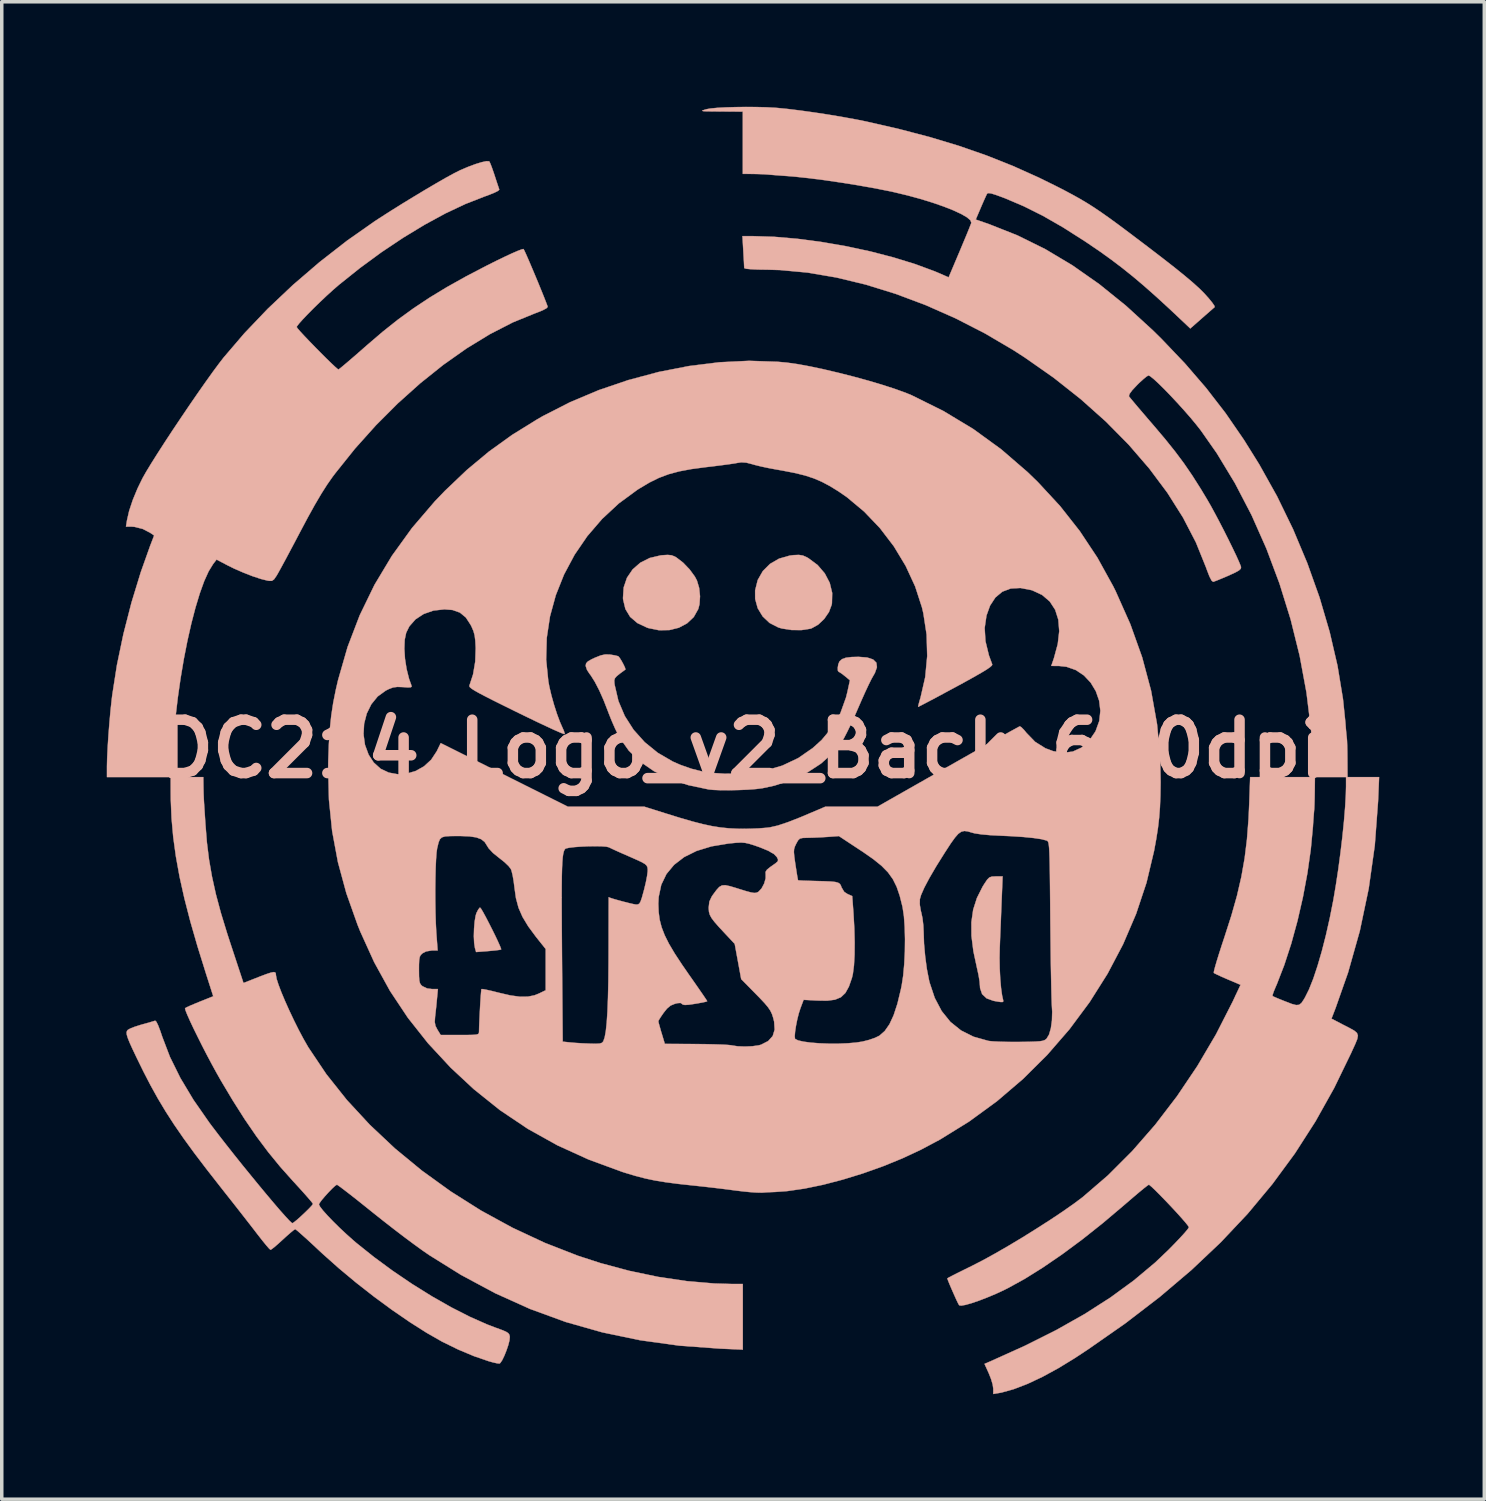
<source format=kicad_pcb>
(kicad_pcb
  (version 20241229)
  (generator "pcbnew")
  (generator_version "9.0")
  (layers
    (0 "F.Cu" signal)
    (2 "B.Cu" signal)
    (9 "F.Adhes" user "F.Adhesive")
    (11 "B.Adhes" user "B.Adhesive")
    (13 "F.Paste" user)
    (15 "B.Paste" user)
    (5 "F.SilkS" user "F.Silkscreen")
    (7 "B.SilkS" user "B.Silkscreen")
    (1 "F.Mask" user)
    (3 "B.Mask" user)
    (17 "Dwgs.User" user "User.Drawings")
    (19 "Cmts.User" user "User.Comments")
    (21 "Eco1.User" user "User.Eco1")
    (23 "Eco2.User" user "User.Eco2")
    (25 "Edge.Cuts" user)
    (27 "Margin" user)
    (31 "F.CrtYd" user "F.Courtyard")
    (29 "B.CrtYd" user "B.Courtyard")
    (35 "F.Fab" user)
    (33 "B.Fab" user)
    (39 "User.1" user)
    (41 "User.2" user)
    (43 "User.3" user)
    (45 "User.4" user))
  (footprint "DC214_Logo_v2_Back_600dpi"
    (layer "F.Cu")
    (at 18.166 18.341)
    (property "Reference" "DC214_Logo_v2_Back_600dpi" (at 0 0 0) (layer "B.SilkS") (effects (font (size 1.524 1.524) (thickness 0.3))))
    (attr through_hole)
    (fp_poly (pts (xy -7.475 4.565) (xy -7.418 4.661) (xy -7.341 4.802) (xy -7.253 4.972) (xy -7.16 5.155) (xy -7.07 5.337) (xy -6.993 5.5) (xy -6.935 5.63) (xy -6.904 5.71) (xy -6.902 5.729) (xy -6.951 5.74) (xy -7.062 5.754) (xy -7.216 5.769) (xy -7.27 5.774) (xy -7.618 5.801) (xy -7.651 5.684) (xy -7.673 5.541) (xy -7.682 5.349) (xy -7.676 5.136) (xy -7.659 4.931) (xy -7.631 4.764) (xy -7.608 4.688) (xy -7.557 4.589) (xy -7.514 4.534) (xy -7.505 4.53) (xy -7.475 4.565)) (stroke (width 0.01) (type solid)) (fill yes) (layer "B.SilkS"))
    (fp_poly (pts (xy 1.716 -5.524) (xy 1.832 -5.472) (xy 1.874 -5.448) (xy 2.137 -5.252) (xy 2.342 -5.013) (xy 2.483 -4.743) (xy 2.553 -4.455) (xy 2.546 -4.161) (xy 2.538 -4.117) (xy 2.46 -3.909) (xy 2.325 -3.713) (xy 2.154 -3.551) (xy 1.967 -3.446) (xy 1.926 -3.433) (xy 1.673 -3.394) (xy 1.39 -3.397) (xy 1.116 -3.44) (xy 1.016 -3.469) (xy 0.766 -3.597) (xy 0.567 -3.785) (xy 0.426 -4.019) (xy 0.353 -4.284) (xy 0.352 -4.528) (xy 0.426 -4.824) (xy 0.571 -5.079) (xy 0.777 -5.285) (xy 1.036 -5.435) (xy 1.341 -5.522) (xy 1.442 -5.535) (xy 1.6 -5.542) (xy 1.716 -5.524)) (stroke (width 0.01) (type solid)) (fill yes) (layer "B.SilkS"))
    (fp_poly (pts (xy -2.034 -5.531) (xy -1.94 -5.494) (xy -1.898 -5.469) (xy -1.704 -5.32) (xy -1.519 -5.127) (xy -1.369 -4.922) (xy -1.31 -4.81) (xy -1.247 -4.599) (xy -1.222 -4.36) (xy -1.237 -4.131) (xy -1.272 -3.996) (xy -1.401 -3.767) (xy -1.591 -3.588) (xy -1.827 -3.462) (xy -2.099 -3.395) (xy -2.393 -3.39) (xy -2.697 -3.452) (xy -2.733 -3.464) (xy -3.011 -3.595) (xy -3.218 -3.772) (xy -3.353 -3.996) (xy -3.418 -4.266) (xy -3.422 -4.309) (xy -3.402 -4.613) (xy -3.309 -4.888) (xy -3.148 -5.126) (xy -2.929 -5.318) (xy -2.659 -5.454) (xy -2.345 -5.528) (xy -2.309 -5.532) (xy -2.146 -5.542) (xy -2.034 -5.531)) (stroke (width 0.01) (type solid)) (fill yes) (layer "B.SilkS"))
    (fp_poly (pts (xy 7.392 4.35) (xy 7.38 4.651) (xy 7.367 4.984) (xy 7.353 5.314) (xy 7.342 5.604) (xy 7.339 5.673) (xy 7.333 5.967) (xy 7.338 6.27) (xy 7.353 6.564) (xy 7.376 6.827) (xy 7.406 7.042) (xy 7.434 7.165) (xy 7.442 7.208) (xy 7.421 7.229) (xy 7.356 7.228) (xy 7.231 7.208) (xy 7.154 7.193) (xy 6.962 7.123) (xy 6.835 7.002) (xy 6.777 6.832) (xy 6.773 6.767) (xy 6.763 6.641) (xy 6.735 6.469) (xy 6.696 6.287) (xy 6.692 6.272) (xy 6.586 5.778) (xy 6.531 5.34) (xy 6.529 4.948) (xy 6.58 4.591) (xy 6.687 4.257) (xy 6.848 3.936) (xy 6.899 3.854) (xy 6.979 3.735) (xy 7.043 3.671) (xy 7.115 3.646) (xy 7.224 3.641) (xy 7.228 3.641) (xy 7.421 3.641) (xy 7.392 4.35)) (stroke (width 0.01) (type solid)) (fill yes) (layer "B.SilkS"))
    (fp_poly (pts (xy -3.803 -2.696) (xy -3.78 -2.693) (xy -3.656 -2.673) (xy -3.569 -2.651) (xy -3.552 -2.643) (xy -3.514 -2.597) (xy -3.46 -2.51) (xy -3.405 -2.408) (xy -3.364 -2.319) (xy -3.351 -2.27) (xy -3.352 -2.268) (xy -3.505 -2.156) (xy -3.602 -2.078) (xy -3.653 -2.018) (xy -3.671 -1.958) (xy -3.667 -1.881) (xy -3.659 -1.825) (xy -3.553 -1.369) (xy -3.371 -0.94) (xy -3.119 -0.546) (xy -2.802 -0.193) (xy -2.427 0.112) (xy -2 0.36) (xy -1.778 0.457) (xy -1.468 0.566) (xy -1.172 0.64) (xy -0.854 0.686) (xy -0.52 0.708) (xy 0.077 0.7) (xy 0.625 0.623) (xy 1.127 0.477) (xy 1.584 0.261) (xy 1.998 -0.026) (xy 2.251 -0.255) (xy 2.555 -0.618) (xy 2.787 -1.021) (xy 2.948 -1.469) (xy 2.987 -1.626) (xy 3.06 -1.961) (xy 2.916 -2.08) (xy 2.822 -2.153) (xy 2.755 -2.196) (xy 2.741 -2.2) (xy 2.715 -2.236) (xy 2.712 -2.32) (xy 2.728 -2.419) (xy 2.761 -2.498) (xy 2.764 -2.502) (xy 2.835 -2.565) (xy 2.944 -2.605) (xy 3.106 -2.625) (xy 3.307 -2.63) (xy 3.552 -2.611) (xy 3.722 -2.555) (xy 3.815 -2.463) (xy 3.831 -2.334) (xy 3.772 -2.168) (xy 3.731 -2.097) (xy 3.672 -1.992) (xy 3.59 -1.826) (xy 3.492 -1.616) (xy 3.386 -1.379) (xy 3.3 -1.181) (xy 3.191 -0.931) (xy 3.081 -0.69) (xy 2.977 -0.477) (xy 2.89 -0.309) (xy 2.839 -0.222) (xy 2.572 0.115) (xy 2.235 0.417) (xy 1.839 0.676) (xy 1.391 0.889) (xy 0.903 1.048) (xy 0.561 1.122) (xy 0.382 1.145) (xy 0.15 1.163) (xy -0.113 1.174) (xy -0.383 1.18) (xy -0.635 1.179) (xy -0.846 1.17) (xy -0.974 1.157) (xy -1.553 1.035) (xy -2.073 0.862) (xy -2.532 0.639) (xy -2.927 0.367) (xy -3.255 0.05) (xy -3.512 -0.313) (xy -3.563 -0.405) (xy -3.65 -0.587) (xy -3.747 -0.809) (xy -3.834 -1.028) (xy -3.853 -1.079) (xy -3.975 -1.392) (xy -4.102 -1.678) (xy -4.228 -1.92) (xy -4.343 -2.102) (xy -4.379 -2.148) (xy -4.45 -2.258) (xy -4.486 -2.365) (xy -4.487 -2.382) (xy -4.475 -2.445) (xy -4.425 -2.499) (xy -4.323 -2.558) (xy -4.228 -2.603) (xy -4.06 -2.67) (xy -3.93 -2.699) (xy -3.803 -2.696)) (stroke (width 0.01) (type solid)) (fill yes) (layer "B.SilkS"))
    (fp_poly (pts (xy -7.248 -16.784) (xy -7.24 -16.779) (xy -7.213 -16.725) (xy -7.168 -16.61) (xy -7.114 -16.456) (xy -7.09 -16.383) (xy -7.036 -16.217) (xy -6.99 -16.08) (xy -6.961 -15.993) (xy -6.955 -15.976) (xy -6.986 -15.943) (xy -7.085 -15.892) (xy -7.241 -15.828) (xy -7.395 -15.772) (xy -7.926 -15.564) (xy -8.496 -15.295) (xy -9.093 -14.97) (xy -9.706 -14.598) (xy -10.325 -14.184) (xy -10.937 -13.735) (xy -11.532 -13.259) (xy -11.536 -13.256) (xy -11.703 -13.111) (xy -11.887 -12.944) (xy -12.075 -12.766) (xy -12.259 -12.587) (xy -12.427 -12.417) (xy -12.569 -12.268) (xy -12.675 -12.149) (xy -12.734 -12.071) (xy -12.742 -12.05) (xy -12.714 -12.008) (xy -12.636 -11.918) (xy -12.519 -11.792) (xy -12.376 -11.642) (xy -12.216 -11.477) (xy -12.052 -11.311) (xy -11.894 -11.153) (xy -11.753 -11.016) (xy -11.641 -10.911) (xy -11.569 -10.849) (xy -11.549 -10.837) (xy -11.511 -10.864) (xy -11.418 -10.94) (xy -11.28 -11.057) (xy -11.105 -11.207) (xy -10.903 -11.383) (xy -10.728 -11.537) (xy -10.285 -11.916) (xy -9.85 -12.262) (xy -9.407 -12.584) (xy -8.945 -12.891) (xy -8.449 -13.192) (xy -7.905 -13.496) (xy -7.299 -13.812) (xy -7.023 -13.95) (xy -6.795 -14.06) (xy -6.593 -14.154) (xy -6.429 -14.225) (xy -6.315 -14.268) (xy -6.264 -14.279) (xy -6.263 -14.278) (xy -6.237 -14.23) (xy -6.185 -14.117) (xy -6.114 -13.955) (xy -6.03 -13.758) (xy -5.938 -13.54) (xy -5.845 -13.317) (xy -5.757 -13.102) (xy -5.68 -12.911) (xy -5.62 -12.758) (xy -5.582 -12.657) (xy -5.573 -12.625) (xy -5.608 -12.586) (xy -5.71 -12.531) (xy -5.866 -12.467) (xy -5.927 -12.445) (xy -6.567 -12.184) (xy -7.223 -11.847) (xy -7.888 -11.441) (xy -8.553 -10.972) (xy -9.212 -10.445) (xy -9.858 -9.866) (xy -10.482 -9.241) (xy -11.077 -8.577) (xy -11.636 -7.879) (xy -11.72 -7.768) (xy -11.873 -7.549) (xy -12.039 -7.288) (xy -12.223 -6.975) (xy -12.43 -6.601) (xy -12.642 -6.202) (xy -12.794 -5.913) (xy -12.938 -5.642) (xy -13.068 -5.398) (xy -13.178 -5.195) (xy -13.263 -5.041) (xy -13.315 -4.95) (xy -13.321 -4.941) (xy -13.39 -4.842) (xy -13.45 -4.801) (xy -13.532 -4.801) (xy -13.58 -4.809) (xy -13.767 -4.856) (xy -14.003 -4.934) (xy -14.262 -5.035) (xy -14.52 -5.147) (xy -14.71 -5.241) (xy -15.031 -5.409) (xy -15.132 -5.276) (xy -15.258 -5.071) (xy -15.385 -4.79) (xy -15.51 -4.443) (xy -15.633 -4.037) (xy -15.751 -3.584) (xy -15.863 -3.09) (xy -15.966 -2.566) (xy -16.058 -2.02) (xy -16.138 -1.462) (xy -16.204 -0.9) (xy -16.254 -0.343) (xy -16.283 0.159) (xy -16.311 0.804) (xy -15.409 0.804) (xy -15.405 1.09) (xy -15.401 1.269) (xy -15.394 1.44) (xy -15.388 1.545) (xy -15.38 1.661) (xy -15.369 1.833) (xy -15.356 2.034) (xy -15.348 2.152) (xy -15.307 2.667) (xy -15.246 3.16) (xy -15.161 3.648) (xy -15.05 4.15) (xy -14.907 4.684) (xy -14.729 5.266) (xy -14.642 5.534) (xy -14.262 6.686) (xy -14.042 6.599) (xy -13.79 6.5) (xy -13.607 6.431) (xy -13.481 6.39) (xy -13.401 6.374) (xy -13.357 6.382) (xy -13.339 6.412) (xy -13.335 6.46) (xy -13.316 6.567) (xy -13.262 6.734) (xy -13.18 6.95) (xy -13.075 7.2) (xy -12.953 7.472) (xy -12.821 7.751) (xy -12.684 8.026) (xy -12.548 8.282) (xy -12.419 8.507) (xy -12.405 8.53) (xy -11.895 9.29) (xy -11.309 10.027) (xy -10.654 10.735) (xy -9.937 11.41) (xy -9.164 12.046) (xy -8.342 12.639) (xy -7.479 13.184) (xy -6.58 13.675) (xy -5.653 14.108) (xy -4.704 14.478) (xy -4.064 14.686) (xy -3.241 14.907) (xy -2.413 15.08) (xy -1.598 15.201) (xy -0.815 15.268) (xy -0.328 15.282) (xy 0 15.282) (xy 0 17.157) (xy -0.646 17.129) (xy -1.812 17.044) (xy -2.932 16.889) (xy -4.012 16.664) (xy -5.059 16.367) (xy -6.077 15.995) (xy -7.073 15.546) (xy -8.053 15.02) (xy -8.955 14.458) (xy -9.149 14.324) (xy -9.392 14.148) (xy -9.669 13.942) (xy -9.965 13.716) (xy -10.264 13.483) (xy -10.551 13.255) (xy -10.551 13.255) (xy -10.803 13.053) (xy -11.033 12.869) (xy -11.235 12.711) (xy -11.4 12.584) (xy -11.519 12.495) (xy -11.584 12.45) (xy -11.593 12.446) (xy -11.641 12.476) (xy -11.726 12.554) (xy -11.83 12.661) (xy -11.937 12.779) (xy -12.03 12.889) (xy -12.091 12.974) (xy -12.107 13.009) (xy -12.077 13.072) (xy -11.993 13.181) (xy -11.865 13.324) (xy -11.704 13.492) (xy -11.519 13.675) (xy -11.32 13.861) (xy -11.118 14.041) (xy -11.039 14.109) (xy -10.533 14.514) (xy -9.996 14.909) (xy -9.441 15.285) (xy -8.881 15.634) (xy -8.329 15.948) (xy -7.799 16.218) (xy -7.305 16.437) (xy -7.07 16.527) (xy -6.886 16.594) (xy -6.768 16.643) (xy -6.7 16.686) (xy -6.668 16.731) (xy -6.655 16.788) (xy -6.655 16.794) (xy -6.664 16.89) (xy -6.698 17.026) (xy -6.751 17.182) (xy -6.812 17.334) (xy -6.873 17.46) (xy -6.927 17.539) (xy -6.951 17.555) (xy -7.018 17.548) (xy -7.139 17.521) (xy -7.26 17.487) (xy -7.679 17.343) (xy -8.127 17.155) (xy -8.571 16.938) (xy -8.594 16.926) (xy -9.033 16.675) (xy -9.513 16.37) (xy -10.018 16.023) (xy -10.534 15.644) (xy -11.045 15.244) (xy -11.537 14.834) (xy -11.996 14.425) (xy -12.064 14.362) (xy -12.264 14.175) (xy -12.444 14.009) (xy -12.596 13.873) (xy -12.708 13.774) (xy -12.773 13.722) (xy -12.784 13.716) (xy -12.828 13.743) (xy -12.918 13.817) (xy -13.04 13.924) (xy -13.136 14.012) (xy -13.272 14.136) (xy -13.386 14.234) (xy -13.464 14.293) (xy -13.489 14.306) (xy -13.527 14.274) (xy -13.605 14.185) (xy -13.712 14.054) (xy -13.838 13.893) (xy -13.871 13.851) (xy -13.995 13.689) (xy -14.161 13.476) (xy -14.355 13.227) (xy -14.565 12.959) (xy -14.78 12.687) (xy -14.92 12.509) (xy -15.319 11.999) (xy -15.668 11.54) (xy -15.974 11.12) (xy -16.244 10.728) (xy -16.486 10.353) (xy -16.707 9.984) (xy -16.915 9.609) (xy -17.117 9.219) (xy -17.164 9.123) (xy -17.314 8.817) (xy -17.428 8.577) (xy -17.511 8.395) (xy -17.565 8.26) (xy -17.594 8.165) (xy -17.601 8.1) (xy -17.589 8.055) (xy -17.566 8.026) (xy -17.498 7.987) (xy -17.372 7.937) (xy -17.212 7.886) (xy -17.168 7.873) (xy -17.006 7.828) (xy -16.874 7.79) (xy -16.793 7.765) (xy -16.783 7.762) (xy -16.75 7.792) (xy -16.699 7.896) (xy -16.635 8.064) (xy -16.582 8.221) (xy -16.362 8.797) (xy -16.065 9.398) (xy -15.69 10.024) (xy -15.235 10.678) (xy -15.163 10.774) (xy -14.968 11.03) (xy -14.753 11.306) (xy -14.525 11.595) (xy -14.289 11.89) (xy -14.051 12.182) (xy -13.819 12.465) (xy -13.599 12.73) (xy -13.396 12.971) (xy -13.217 13.18) (xy -13.067 13.348) (xy -12.954 13.47) (xy -12.884 13.536) (xy -12.865 13.547) (xy -12.819 13.519) (xy -12.731 13.448) (xy -12.619 13.348) (xy -12.501 13.237) (xy -12.393 13.131) (xy -12.312 13.045) (xy -12.277 12.997) (xy -12.277 12.994) (xy -12.304 12.954) (xy -12.381 12.862) (xy -12.498 12.728) (xy -12.646 12.563) (xy -12.817 12.376) (xy -12.838 12.354) (xy -13.209 11.938) (xy -13.556 11.514) (xy -13.892 11.065) (xy -14.226 10.578) (xy -14.568 10.039) (xy -14.9 9.483) (xy -15.027 9.259) (xy -15.163 9.011) (xy -15.303 8.748) (xy -15.441 8.481) (xy -15.571 8.221) (xy -15.69 7.979) (xy -15.79 7.766) (xy -15.867 7.593) (xy -15.916 7.47) (xy -15.931 7.409) (xy -15.929 7.405) (xy -15.878 7.376) (xy -15.766 7.325) (xy -15.613 7.261) (xy -15.51 7.219) (xy -15.125 7.065) (xy -15.331 6.422) (xy -15.574 5.642) (xy -15.78 4.927) (xy -15.95 4.267) (xy -16.087 3.652) (xy -16.192 3.073) (xy -16.268 2.519) (xy -16.316 1.981) (xy -16.338 1.448) (xy -16.34 1.238) (xy -16.341 0.804) (xy -18.161 0.804) (xy -18.161 0.497) (xy -18.155 0.253) (xy -18.14 -0.052) (xy -18.118 -0.396) (xy -18.09 -0.755) (xy -18.058 -1.108) (xy -18.023 -1.431) (xy -18.009 -1.545) (xy -17.876 -2.397) (xy -17.691 -3.283) (xy -17.462 -4.176) (xy -17.195 -5.049) (xy -16.932 -5.789) (xy -16.814 -6.096) (xy -16.927 -6.174) (xy -17.143 -6.285) (xy -17.381 -6.344) (xy -17.473 -6.35) (xy -17.618 -6.35) (xy -17.589 -6.53) (xy -17.527 -6.8) (xy -17.423 -7.113) (xy -17.287 -7.442) (xy -17.143 -7.737) (xy -17.039 -7.92) (xy -16.893 -8.16) (xy -16.713 -8.446) (xy -16.506 -8.767) (xy -16.281 -9.11) (xy -16.043 -9.465) (xy -15.803 -9.82) (xy -15.566 -10.164) (xy -15.341 -10.485) (xy -15.135 -10.773) (xy -14.956 -11.014) (xy -14.832 -11.175) (xy -14.235 -11.873) (xy -13.57 -12.57) (xy -12.85 -13.251) (xy -12.09 -13.904) (xy -11.305 -14.516) (xy -10.51 -15.074) (xy -10.372 -15.164) (xy -10.046 -15.373) (xy -9.708 -15.584) (xy -9.37 -15.79) (xy -9.044 -15.986) (xy -8.741 -16.164) (xy -8.473 -16.318) (xy -8.251 -16.439) (xy -8.086 -16.522) (xy -8.071 -16.53) (xy -7.847 -16.625) (xy -7.638 -16.703) (xy -7.459 -16.758) (xy -7.324 -16.787) (xy -7.248 -16.784)) (stroke (width 0.01) (type solid)) (fill yes) (layer "B.SilkS"))
    (fp_poly (pts (xy 0.383 -18.334) (xy 0.666 -18.327) (xy 0.919 -18.313) (xy 0.979 -18.309) (xy 1.283 -18.279) (xy 1.647 -18.234) (xy 2.049 -18.178) (xy 2.465 -18.114) (xy 2.873 -18.045) (xy 3.251 -17.976) (xy 3.514 -17.923) (xy 4.466 -17.705) (xy 5.347 -17.474) (xy 6.172 -17.225) (xy 6.954 -16.953) (xy 7.707 -16.654) (xy 8.445 -16.323) (xy 8.949 -16.075) (xy 9.2 -15.946) (xy 9.423 -15.827) (xy 9.628 -15.713) (xy 9.826 -15.595) (xy 10.027 -15.468) (xy 10.24 -15.324) (xy 10.476 -15.158) (xy 10.744 -14.962) (xy 11.055 -14.729) (xy 11.419 -14.454) (xy 11.576 -14.335) (xy 11.987 -14.02) (xy 12.334 -13.749) (xy 12.621 -13.517) (xy 12.854 -13.32) (xy 13.037 -13.155) (xy 13.177 -13.016) (xy 13.18 -13.012) (xy 13.309 -12.869) (xy 13.408 -12.747) (xy 13.468 -12.66) (xy 13.479 -12.621) (xy 13.433 -12.581) (xy 13.338 -12.498) (xy 13.211 -12.387) (xy 13.111 -12.299) (xy 12.781 -12.009) (xy 12.603 -12.178) (xy 12.182 -12.574) (xy 11.807 -12.918) (xy 11.466 -13.22) (xy 11.147 -13.49) (xy 10.839 -13.737) (xy 10.529 -13.972) (xy 10.206 -14.204) (xy 9.857 -14.442) (xy 9.758 -14.508) (xy 9.147 -14.897) (xy 8.574 -15.226) (xy 8.026 -15.5) (xy 7.491 -15.728) (xy 7.43 -15.751) (xy 7.233 -15.823) (xy 7.102 -15.864) (xy 7.022 -15.876) (xy 6.981 -15.864) (xy 6.975 -15.855) (xy 6.944 -15.791) (xy 6.89 -15.672) (xy 6.823 -15.519) (xy 6.798 -15.46) (xy 6.653 -15.121) (xy 7.041 -14.986) (xy 7.846 -14.667) (xy 8.636 -14.277) (xy 9.412 -13.814) (xy 10.181 -13.275) (xy 10.945 -12.658) (xy 11.708 -11.96) (xy 11.962 -11.71) (xy 12.629 -11.01) (xy 13.232 -10.311) (xy 13.788 -9.592) (xy 14.313 -8.829) (xy 14.75 -8.128) (xy 15.259 -7.217) (xy 15.718 -6.272) (xy 16.124 -5.304) (xy 16.473 -4.325) (xy 16.761 -3.345) (xy 16.986 -2.376) (xy 17.142 -1.429) (xy 17.211 -0.762) (xy 17.225 -0.58) (xy 17.239 -0.426) (xy 17.25 -0.323) (xy 17.253 -0.296) (xy 17.258 -0.231) (xy 17.263 -0.1) (xy 17.267 0.078) (xy 17.269 0.283) (xy 17.269 0.286) (xy 17.272 0.804) (xy 18.174 0.804) (xy 18.145 1.492) (xy 18.051 2.754) (xy 17.877 3.989) (xy 17.623 5.199) (xy 17.288 6.386) (xy 16.932 7.398) (xy 16.814 7.704) (xy 17.143 7.876) (xy 17.333 7.973) (xy 17.464 8.046) (xy 17.541 8.112) (xy 17.568 8.186) (xy 17.55 8.287) (xy 17.492 8.43) (xy 17.399 8.633) (xy 17.378 8.68) (xy 16.892 9.682) (xy 16.357 10.638) (xy 15.769 11.554) (xy 15.124 12.431) (xy 14.42 13.276) (xy 13.651 14.092) (xy 12.814 14.883) (xy 11.906 15.654) (xy 10.922 16.409) (xy 9.859 17.151) (xy 9.483 17.399) (xy 9.014 17.686) (xy 8.561 17.933) (xy 8.132 18.135) (xy 7.739 18.286) (xy 7.391 18.383) (xy 7.313 18.397) (xy 7.154 18.424) (xy 7.154 18.271) (xy 7.137 18.153) (xy 7.09 17.995) (xy 7.029 17.84) (xy 6.904 17.564) (xy 7.094 17.482) (xy 8.062 17.045) (xy 8.951 16.599) (xy 9.763 16.141) (xy 10.502 15.668) (xy 11.172 15.178) (xy 11.778 14.67) (xy 12.16 14.306) (xy 12.34 14.123) (xy 12.498 13.956) (xy 12.624 13.818) (xy 12.708 13.717) (xy 12.742 13.664) (xy 12.742 13.661) (xy 12.714 13.615) (xy 12.638 13.52) (xy 12.524 13.389) (xy 12.384 13.234) (xy 12.228 13.066) (xy 12.068 12.898) (xy 11.915 12.741) (xy 11.781 12.606) (xy 11.675 12.506) (xy 11.61 12.452) (xy 11.597 12.446) (xy 11.555 12.473) (xy 11.46 12.547) (xy 11.321 12.661) (xy 11.149 12.807) (xy 10.952 12.976) (xy 10.879 13.039) (xy 10.284 13.542) (xy 9.695 14.01) (xy 9.121 14.435) (xy 8.57 14.812) (xy 8.052 15.136) (xy 7.574 15.399) (xy 7.472 15.45) (xy 7.228 15.564) (xy 6.982 15.667) (xy 6.746 15.758) (xy 6.535 15.83) (xy 6.362 15.879) (xy 6.239 15.9) (xy 6.181 15.891) (xy 6.153 15.843) (xy 6.102 15.738) (xy 6.039 15.598) (xy 5.972 15.446) (xy 5.91 15.302) (xy 5.864 15.188) (xy 5.842 15.126) (xy 5.842 15.122) (xy 5.878 15.1) (xy 5.979 15.047) (xy 6.132 14.969) (xy 6.326 14.873) (xy 6.549 14.763) (xy 6.553 14.761) (xy 6.859 14.604) (xy 7.211 14.41) (xy 7.594 14.189) (xy 7.994 13.949) (xy 8.394 13.699) (xy 8.781 13.451) (xy 9.139 13.212) (xy 9.453 12.992) (xy 9.707 12.802) (xy 9.721 12.79) (xy 10.432 12.177) (xy 11.12 11.489) (xy 11.779 10.734) (xy 12.401 9.921) (xy 12.982 9.058) (xy 13.515 8.153) (xy 13.993 7.215) (xy 13.995 7.211) (xy 14.067 7.057) (xy 15.129 7.057) (xy 15.174 7.08) (xy 15.278 7.125) (xy 15.424 7.184) (xy 15.5 7.214) (xy 15.681 7.284) (xy 15.804 7.316) (xy 15.889 7.309) (xy 15.956 7.257) (xy 16.024 7.156) (xy 16.058 7.098) (xy 16.173 6.867) (xy 16.294 6.563) (xy 16.416 6.196) (xy 16.538 5.778) (xy 16.655 5.32) (xy 16.765 4.833) (xy 16.865 4.328) (xy 16.868 4.312) (xy 16.94 3.885) (xy 17.009 3.431) (xy 17.071 2.964) (xy 17.126 2.503) (xy 17.171 2.062) (xy 17.204 1.658) (xy 17.224 1.308) (xy 17.23 1.073) (xy 17.23 0.804) (xy 16.341 0.804) (xy 16.336 1.217) (xy 16.333 1.408) (xy 16.328 1.577) (xy 16.323 1.699) (xy 16.32 1.736) (xy 16.312 1.825) (xy 16.301 1.973) (xy 16.288 2.152) (xy 16.284 2.223) (xy 16.223 2.868) (xy 16.127 3.543) (xy 15.999 4.23) (xy 15.843 4.91) (xy 15.664 5.564) (xy 15.465 6.174) (xy 15.253 6.721) (xy 15.221 6.794) (xy 15.167 6.923) (xy 15.134 7.019) (xy 15.129 7.057) (xy 14.067 7.057) (xy 14.217 6.738) (xy 13.85 6.582) (xy 13.687 6.511) (xy 13.554 6.45) (xy 13.471 6.409) (xy 13.453 6.397) (xy 13.457 6.351) (xy 13.486 6.236) (xy 13.536 6.063) (xy 13.604 5.844) (xy 13.686 5.589) (xy 13.757 5.375) (xy 13.955 4.759) (xy 14.115 4.193) (xy 14.239 3.656) (xy 14.333 3.126) (xy 14.4 2.581) (xy 14.445 1.998) (xy 14.465 1.556) (xy 14.491 0.804) (xy 16.303 0.804) (xy 16.295 0.455) (xy 16.288 0.286) (xy 16.275 0.058) (xy 16.257 -0.203) (xy 16.236 -0.472) (xy 16.227 -0.572) (xy 16.099 -1.614) (xy 15.905 -2.661) (xy 15.647 -3.701) (xy 15.329 -4.724) (xy 14.956 -5.72) (xy 14.531 -6.679) (xy 14.057 -7.59) (xy 13.539 -8.445) (xy 13.086 -9.092) (xy 12.948 -9.268) (xy 12.783 -9.467) (xy 12.599 -9.677) (xy 12.406 -9.89) (xy 12.214 -10.095) (xy 12.032 -10.283) (xy 11.868 -10.444) (xy 11.733 -10.568) (xy 11.635 -10.646) (xy 11.589 -10.668) (xy 11.536 -10.64) (xy 11.442 -10.563) (xy 11.322 -10.454) (xy 11.265 -10.397) (xy 11.123 -10.246) (xy 11.046 -10.141) (xy 11.028 -10.077) (xy 11.031 -10.069) (xy 11.068 -10.022) (xy 11.152 -9.921) (xy 11.275 -9.774) (xy 11.43 -9.593) (xy 11.607 -9.386) (xy 11.735 -9.238) (xy 12.064 -8.849) (xy 12.347 -8.496) (xy 12.601 -8.156) (xy 12.84 -7.806) (xy 13.082 -7.425) (xy 13.27 -7.112) (xy 13.373 -6.933) (xy 13.491 -6.716) (xy 13.619 -6.474) (xy 13.75 -6.22) (xy 13.877 -5.967) (xy 13.994 -5.728) (xy 14.095 -5.517) (xy 14.172 -5.346) (xy 14.22 -5.229) (xy 14.231 -5.192) (xy 14.223 -5.147) (xy 14.173 -5.1) (xy 14.071 -5.042) (xy 13.903 -4.964) (xy 13.868 -4.948) (xy 13.7 -4.877) (xy 13.557 -4.818) (xy 13.46 -4.781) (xy 13.434 -4.773) (xy 13.39 -4.808) (xy 13.33 -4.923) (xy 13.254 -5.118) (xy 13.23 -5.186) (xy 12.942 -5.899) (xy 12.573 -6.61) (xy 12.128 -7.315) (xy 11.609 -8.01) (xy 11.021 -8.691) (xy 10.367 -9.353) (xy 9.652 -9.991) (xy 8.88 -10.602) (xy 8.053 -11.181) (xy 7.726 -11.392) (xy 6.915 -11.869) (xy 6.078 -12.298) (xy 5.227 -12.675) (xy 4.369 -12.997) (xy 3.514 -13.262) (xy 2.672 -13.465) (xy 1.852 -13.605) (xy 1.064 -13.678) (xy 0.709 -13.688) (xy 0.433 -13.692) (xy 0.227 -13.702) (xy 0.095 -13.715) (xy 0.042 -13.733) (xy 0.041 -13.736) (xy 0.038 -13.794) (xy 0.032 -13.917) (xy 0.022 -14.084) (xy 0.015 -14.213) (xy -0.01 -14.647) (xy 0.281 -14.647) (xy 0.901 -14.627) (xy 1.565 -14.57) (xy 2.254 -14.479) (xy 2.953 -14.358) (xy 3.642 -14.21) (xy 4.305 -14.038) (xy 4.925 -13.847) (xy 5.485 -13.64) (xy 5.659 -13.566) (xy 5.879 -13.469) (xy 6.197 -14.22) (xy 6.296 -14.457) (xy 6.385 -14.669) (xy 6.456 -14.843) (xy 6.505 -14.967) (xy 6.527 -15.026) (xy 6.527 -15.027) (xy 6.502 -15.099) (xy 6.403 -15.184) (xy 6.237 -15.28) (xy 6.013 -15.384) (xy 5.74 -15.492) (xy 5.426 -15.601) (xy 5.08 -15.708) (xy 4.709 -15.809) (xy 4.322 -15.902) (xy 4.159 -15.937) (xy 3.73 -16.021) (xy 3.267 -16.103) (xy 2.789 -16.179) (xy 2.317 -16.248) (xy 1.874 -16.304) (xy 1.479 -16.346) (xy 1.27 -16.363) (xy 1.075 -16.377) (xy 0.895 -16.391) (xy 0.758 -16.402) (xy 0.72 -16.406) (xy 0.598 -16.414) (xy 0.431 -16.42) (xy 0.286 -16.423) (xy 0 -16.425) (xy 0 -18.203) (xy -0.624 -18.207) (xy -0.864 -18.209) (xy -1.028 -18.211) (xy -1.124 -18.216) (xy -1.16 -18.225) (xy -1.145 -18.238) (xy -1.087 -18.257) (xy -1.037 -18.272) (xy -0.916 -18.293) (xy -0.727 -18.311) (xy -0.486 -18.324) (xy -0.21 -18.332) (xy 0.085 -18.336) (xy 0.383 -18.334)) (stroke (width 0.01) (type solid)) (fill yes) (layer "B.SilkS"))
    (fp_poly (pts (xy 0.997 -11.058) (xy 1.259 -11.034) (xy 1.559 -10.992) (xy 1.918 -10.926) (xy 2.317 -10.841) (xy 2.742 -10.741) (xy 3.175 -10.631) (xy 3.6 -10.514) (xy 4.001 -10.394) (xy 4.362 -10.277) (xy 4.667 -10.166) (xy 4.824 -10.101) (xy 5.729 -9.652) (xy 6.58 -9.139) (xy 7.38 -8.558) (xy 8.133 -7.908) (xy 8.426 -7.624) (xy 9.061 -6.938) (xy 9.624 -6.223) (xy 10.127 -5.465) (xy 10.578 -4.648) (xy 10.648 -4.508) (xy 11.069 -3.563) (xy 11.407 -2.616) (xy 11.661 -1.665) (xy 11.832 -0.707) (xy 11.921 0.26) (xy 11.934 0.948) (xy 11.928 1.338) (xy 11.914 1.67) (xy 11.891 1.97) (xy 11.857 2.263) (xy 11.808 2.576) (xy 11.746 2.915) (xy 11.53 3.821) (xy 11.234 4.71) (xy 10.862 5.578) (xy 10.418 6.421) (xy 9.906 7.232) (xy 9.33 8.007) (xy 8.694 8.74) (xy 8.002 9.427) (xy 7.258 10.063) (xy 6.466 10.641) (xy 5.63 11.158) (xy 5.085 11.448) (xy 4.56 11.693) (xy 4.004 11.92) (xy 3.43 12.124) (xy 2.855 12.301) (xy 2.293 12.448) (xy 1.76 12.558) (xy 1.27 12.629) (xy 0.925 12.654) (xy 0.772 12.66) (xy 0.654 12.666) (xy 0.596 12.671) (xy 0.594 12.671) (xy 0.543 12.674) (xy 0.434 12.672) (xy 0.339 12.668) (xy 0.194 12.657) (xy -0.003 12.637) (xy -0.22 12.611) (xy -0.339 12.595) (xy -0.549 12.568) (xy -0.814 12.536) (xy -1.101 12.503) (xy -1.38 12.473) (xy -1.439 12.467) (xy -1.854 12.422) (xy -2.204 12.376) (xy -2.51 12.326) (xy -2.79 12.267) (xy -3.066 12.195) (xy -3.356 12.108) (xy -3.447 12.079) (xy -4.401 11.729) (xy -5.295 11.322) (xy -6.137 10.853) (xy -6.933 10.319) (xy -7.687 9.715) (xy -8.343 9.104) (xy -8.99 8.407) (xy -9.566 7.679) (xy -10.077 6.911) (xy -10.409 6.308) (xy -9.25 6.308) (xy -9.248 6.494) (xy -9.24 6.615) (xy -9.221 6.692) (xy -9.188 6.743) (xy -9.15 6.777) (xy -9.017 6.84) (xy -8.88 6.858) (xy -8.709 6.858) (xy -8.736 7.144) (xy -8.754 7.334) (xy -8.775 7.53) (xy -8.789 7.649) (xy -8.799 7.8) (xy -8.778 7.91) (xy -8.722 8.019) (xy -8.629 8.17) (xy -8.082 8.17) (xy -7.859 8.17) (xy -7.706 8.167) (xy -7.611 8.159) (xy -7.56 8.143) (xy -7.539 8.118) (xy -7.534 8.081) (xy -7.534 8.075) (xy -7.53 7.917) (xy -7.522 7.725) (xy -7.512 7.518) (xy -7.501 7.312) (xy -7.489 7.126) (xy -7.478 6.977) (xy -7.469 6.883) (xy -7.464 6.859) (xy -7.418 6.861) (xy -7.308 6.882) (xy -7.149 6.918) (xy -6.972 6.963) (xy -6.64 7.04) (xy -6.368 7.077) (xy -6.143 7.076) (xy -5.949 7.037) (xy -5.827 6.988) (xy -5.63 6.893) (xy -5.63 5.715) (xy -5.908 5.366) (xy -6.129 5.067) (xy -6.292 4.797) (xy -6.406 4.536) (xy -6.479 4.262) (xy -6.482 4.242) (xy -5.173 4.242) (xy -5.172 4.642) (xy -5.17 5.112) (xy -5.166 5.659) (xy -5.165 5.821) (xy -5.144 8.361) (xy -4.932 8.383) (xy -4.783 8.396) (xy -4.59 8.408) (xy -4.391 8.416) (xy -4.374 8.417) (xy -4.199 8.421) (xy -4.09 8.415) (xy -4.027 8.396) (xy -3.992 8.361) (xy -3.983 8.346) (xy -3.945 8.238) (xy -3.913 8.063) (xy -3.887 7.819) (xy -3.866 7.502) (xy -3.851 7.111) (xy -3.84 6.641) (xy -3.835 6.092) (xy -3.834 5.831) (xy -3.833 5.473) (xy -3.833 5.143) (xy -3.832 4.85) (xy -3.832 4.603) (xy -3.831 4.412) (xy -3.831 4.287) (xy -3.831 4.235) (xy -3.831 4.234) (xy -3.794 4.251) (xy -3.695 4.283) (xy -3.558 4.322) (xy -3.403 4.364) (xy -3.253 4.402) (xy -3.128 4.431) (xy -3.051 4.445) (xy -3.043 4.445) (xy -2.992 4.44) (xy -2.96 4.42) (xy -2.413 4.42) (xy -2.404 4.656) (xy -2.375 4.877) (xy -2.319 5.094) (xy -2.232 5.319) (xy -2.11 5.564) (xy -1.946 5.841) (xy -1.735 6.162) (xy -1.545 6.437) (xy -1.39 6.658) (xy -1.253 6.855) (xy -1.141 7.017) (xy -1.061 7.135) (xy -1.02 7.199) (xy -1.016 7.206) (xy -1.055 7.221) (xy -1.157 7.243) (xy -1.305 7.27) (xy -1.359 7.279) (xy -1.539 7.306) (xy -1.652 7.313) (xy -1.714 7.302) (xy -1.734 7.284) (xy -1.778 7.255) (xy -1.866 7.261) (xy -1.938 7.279) (xy -2.061 7.329) (xy -2.166 7.417) (xy -2.261 7.536) (xy -2.341 7.652) (xy -2.396 7.74) (xy -2.413 7.777) (xy -2.402 7.829) (xy -2.371 7.94) (xy -2.329 8.088) (xy -2.32 8.115) (xy -2.227 8.424) (xy -1.336 8.429) (xy -1.062 8.432) (xy -0.809 8.438) (xy -0.593 8.445) (xy -0.428 8.454) (xy -0.33 8.464) (xy -0.318 8.467) (xy -0.149 8.493) (xy 0.059 8.501) (xy 0.27 8.492) (xy 0.45 8.467) (xy 0.521 8.448) (xy 0.724 8.344) (xy 0.854 8.201) (xy 0.91 8.017) (xy 0.895 7.789) (xy 0.868 7.679) (xy 0.833 7.572) (xy 0.787 7.476) (xy 0.721 7.378) (xy 0.623 7.261) (xy 0.481 7.11) (xy 0.375 7.002) (xy -0.046 6.574) (xy -0.231 5.568) (xy -0.509 5.271) (xy -0.685 5.082) (xy -0.81 4.939) (xy -0.893 4.829) (xy -0.942 4.738) (xy -0.966 4.654) (xy -0.973 4.561) (xy -0.974 4.53) (xy -0.955 4.361) (xy -0.887 4.216) (xy -0.853 4.166) (xy -0.753 4.031) (xy -0.674 3.944) (xy -0.596 3.899) (xy -0.501 3.892) (xy -0.368 3.92) (xy -0.18 3.976) (xy -0.108 3.999) (xy 0.093 4.061) (xy 0.231 4.098) (xy 0.323 4.113) (xy 0.384 4.109) (xy 0.433 4.088) (xy 0.447 4.08) (xy 0.536 3.985) (xy 0.61 3.845) (xy 0.653 3.695) (xy 0.653 3.58) (xy 0.65 3.513) (xy 0.689 3.451) (xy 0.784 3.373) (xy 0.822 3.347) (xy 0.938 3.265) (xy 0.996 3.213) (xy 1.008 3.168) (xy 0.985 3.112) (xy 0.972 3.088) (xy 0.889 3.001) (xy 0.786 2.942) (xy 1.459 2.942) (xy 1.469 3.059) (xy 1.492 3.23) (xy 1.504 3.309) (xy 1.532 3.489) (xy 1.555 3.635) (xy 1.572 3.727) (xy 1.578 3.751) (xy 1.622 3.756) (xy 1.732 3.762) (xy 1.893 3.767) (xy 2.065 3.772) (xy 2.325 3.779) (xy 2.512 3.787) (xy 2.641 3.8) (xy 2.723 3.822) (xy 2.772 3.854) (xy 2.801 3.9) (xy 2.818 3.951) (xy 2.897 4.083) (xy 2.991 4.144) (xy 3.125 4.203) (xy 3.161 4.694) (xy 3.185 5.122) (xy 3.195 5.521) (xy 3.192 5.879) (xy 3.175 6.184) (xy 3.144 6.425) (xy 3.117 6.54) (xy 3.03 6.79) (xy 2.929 6.971) (xy 2.802 7.092) (xy 2.633 7.162) (xy 2.411 7.191) (xy 2.132 7.187) (xy 1.737 7.166) (xy 1.647 7.404) (xy 1.599 7.552) (xy 1.555 7.727) (xy 1.519 7.908) (xy 1.494 8.073) (xy 1.483 8.204) (xy 1.491 8.277) (xy 1.495 8.283) (xy 1.581 8.326) (xy 1.736 8.361) (xy 1.945 8.389) (xy 2.191 8.408) (xy 2.459 8.418) (xy 2.734 8.418) (xy 3 8.407) (xy 3.242 8.386) (xy 3.42 8.358) (xy 3.602 8.312) (xy 3.773 8.253) (xy 3.897 8.193) (xy 3.903 8.19) (xy 4.054 8.057) (xy 4.189 7.864) (xy 4.308 7.607) (xy 4.416 7.278) (xy 4.514 6.872) (xy 4.538 6.756) (xy 4.581 6.476) (xy 4.611 6.147) (xy 4.629 5.791) (xy 4.633 5.43) (xy 4.624 5.085) (xy 4.602 4.777) (xy 4.565 4.53) (xy 4.561 4.508) (xy 4.545 4.444) (xy 5.054 4.444) (xy 5.087 4.634) (xy 5.097 4.67) (xy 5.132 4.835) (xy 5.156 5.039) (xy 5.165 5.226) (xy 5.176 5.563) (xy 5.209 5.928) (xy 5.257 6.287) (xy 5.319 6.604) (xy 5.334 6.669) (xy 5.482 7.112) (xy 5.68 7.487) (xy 5.93 7.797) (xy 6.234 8.041) (xy 6.591 8.22) (xy 7.004 8.336) (xy 7.027 8.341) (xy 7.136 8.352) (xy 7.309 8.361) (xy 7.527 8.367) (xy 7.771 8.369) (xy 7.905 8.368) (xy 8.163 8.365) (xy 8.351 8.359) (xy 8.481 8.35) (xy 8.568 8.336) (xy 8.625 8.315) (xy 8.666 8.286) (xy 8.677 8.275) (xy 8.747 8.159) (xy 8.799 7.979) (xy 8.83 7.755) (xy 8.837 7.505) (xy 8.829 7.366) (xy 8.824 7.262) (xy 8.818 7.082) (xy 8.812 6.837) (xy 8.806 6.535) (xy 8.799 6.187) (xy 8.794 5.801) (xy 8.789 5.387) (xy 8.784 4.954) (xy 8.783 4.848) (xy 8.779 4.361) (xy 8.775 3.951) (xy 8.771 3.612) (xy 8.767 3.338) (xy 8.762 3.12) (xy 8.756 2.953) (xy 8.749 2.829) (xy 8.74 2.741) (xy 8.73 2.683) (xy 8.717 2.648) (xy 8.702 2.629) (xy 8.683 2.618) (xy 8.674 2.615) (xy 8.528 2.577) (xy 8.306 2.544) (xy 8.016 2.515) (xy 7.667 2.492) (xy 7.378 2.479) (xy 7.068 2.463) (xy 6.814 2.44) (xy 6.626 2.412) (xy 6.543 2.39) (xy 6.424 2.355) (xy 6.327 2.343) (xy 6.241 2.364) (xy 6.154 2.425) (xy 6.058 2.535) (xy 5.94 2.699) (xy 5.791 2.928) (xy 5.772 2.957) (xy 5.524 3.353) (xy 5.328 3.689) (xy 5.183 3.963) (xy 5.091 4.173) (xy 5.057 4.291) (xy 5.054 4.444) (xy 4.545 4.444) (xy 4.483 4.197) (xy 4.395 3.939) (xy 4.286 3.719) (xy 4.145 3.523) (xy 3.962 3.337) (xy 3.725 3.146) (xy 3.424 2.936) (xy 3.359 2.894) (xy 2.745 2.489) (xy 2.42 2.513) (xy 2.219 2.525) (xy 2.012 2.534) (xy 1.853 2.538) (xy 1.715 2.542) (xy 1.633 2.56) (xy 1.581 2.608) (xy 1.53 2.698) (xy 1.525 2.708) (xy 1.487 2.788) (xy 1.465 2.859) (xy 1.459 2.942) (xy 0.786 2.942) (xy 0.729 2.909) (xy 0.488 2.81) (xy 0.32 2.751) (xy 0.18 2.708) (xy 0.067 2.683) (xy -0.046 2.674) (xy -0.187 2.68) (xy -0.381 2.699) (xy -0.409 2.702) (xy -0.896 2.783) (xy -1.318 2.912) (xy -1.674 3.088) (xy -1.962 3.309) (xy -2.181 3.573) (xy -2.329 3.88) (xy -2.403 4.228) (xy -2.413 4.42) (xy -2.96 4.42) (xy -2.954 4.416) (xy -2.92 4.358) (xy -2.883 4.251) (xy -2.836 4.081) (xy -2.817 4.011) (xy -2.77 3.815) (xy -2.735 3.635) (xy -2.717 3.494) (xy -2.716 3.436) (xy -2.725 3.377) (xy -2.748 3.33) (xy -2.796 3.286) (xy -2.883 3.235) (xy -3.022 3.17) (xy -3.225 3.08) (xy -3.239 3.074) (xy -3.436 2.988) (xy -3.611 2.91) (xy -3.745 2.848) (xy -3.821 2.811) (xy -3.825 2.809) (xy -3.901 2.791) (xy -4.038 2.781) (xy -4.218 2.778) (xy -4.419 2.781) (xy -4.623 2.79) (xy -4.81 2.804) (xy -4.96 2.822) (xy -5.052 2.843) (xy -5.069 2.852) (xy -5.093 2.883) (xy -5.113 2.93) (xy -5.13 3.001) (xy -5.144 3.1) (xy -5.155 3.235) (xy -5.163 3.41) (xy -5.169 3.633) (xy -5.172 3.908) (xy -5.173 4.242) (xy -6.482 4.242) (xy -6.518 3.988) (xy -6.543 3.791) (xy -6.573 3.613) (xy -6.606 3.479) (xy -6.625 3.43) (xy -6.69 3.345) (xy -6.804 3.236) (xy -6.942 3.126) (xy -6.959 3.113) (xy -7.134 2.972) (xy -7.259 2.838) (xy -7.302 2.769) (xy -7.373 2.657) (xy -7.473 2.578) (xy -7.614 2.526) (xy -7.811 2.497) (xy -8.074 2.487) (xy -8.144 2.487) (xy -8.357 2.489) (xy -8.502 2.498) (xy -8.595 2.526) (xy -8.652 2.58) (xy -8.69 2.671) (xy -8.723 2.81) (xy -8.73 2.836) (xy -8.748 2.963) (xy -8.762 3.159) (xy -8.773 3.409) (xy -8.78 3.7) (xy -8.784 4.016) (xy -8.783 4.342) (xy -8.778 4.663) (xy -8.769 4.965) (xy -8.755 5.233) (xy -8.75 5.302) (xy -8.716 5.757) (xy -8.883 5.757) (xy -9.044 5.783) (xy -9.15 5.838) (xy -9.197 5.884) (xy -9.227 5.939) (xy -9.243 6.025) (xy -9.249 6.16) (xy -9.25 6.308) (xy -10.409 6.308) (xy -10.528 6.092) (xy -10.926 5.215) (xy -11.006 5.016) (xy -11.324 4.119) (xy -11.564 3.234) (xy -11.729 2.348) (xy -11.821 1.446) (xy -11.843 0.514) (xy -11.84 0.339) (xy -11.823 -0.144) (xy -11.805 -0.418) (xy -10.833 -0.418) (xy -10.792 -0.119) (xy -10.688 0.164) (xy -10.542 0.388) (xy -10.345 0.566) (xy -10.113 0.676) (xy -9.86 0.722) (xy -9.599 0.706) (xy -9.343 0.63) (xy -9.106 0.497) (xy -8.901 0.309) (xy -8.742 0.068) (xy -8.74 0.064) (xy -8.628 -0.166) (xy -8.029 0.133) (xy -7.834 0.23) (xy -7.58 0.357) (xy -7.282 0.506) (xy -6.956 0.669) (xy -6.618 0.839) (xy -6.283 1.006) (xy -6.212 1.042) (xy -4.994 1.651) (xy -2.809 1.651) (xy -2.212 1.839) (xy -1.796 1.968) (xy -1.444 2.07) (xy -1.142 2.148) (xy -0.876 2.205) (xy -0.63 2.244) (xy -0.391 2.268) (xy -0.144 2.28) (xy -0.008 2.282) (xy 0.225 2.279) (xy 0.463 2.269) (xy 0.674 2.252) (xy 0.775 2.24) (xy 1.001 2.188) (xy 1.294 2.09) (xy 1.653 1.949) (xy 1.717 1.922) (xy 2.355 1.651) (xy 3.844 1.651) (xy 4.748 1.137) (xy 5.329 0.807) (xy 5.858 0.507) (xy 6.332 0.238) (xy 6.749 0.002) (xy 7.106 -0.199) (xy 7.402 -0.365) (xy 7.632 -0.494) (xy 7.796 -0.584) (xy 7.89 -0.635) (xy 7.912 -0.646) (xy 7.956 -0.62) (xy 8.031 -0.544) (xy 8.103 -0.457) (xy 8.349 -0.203) (xy 8.643 -0.019) (xy 8.862 0.063) (xy 9.155 0.11) (xy 9.426 0.075) (xy 9.672 -0.037) (xy 9.886 -0.226) (xy 10.065 -0.489) (xy 10.079 -0.515) (xy 10.182 -0.799) (xy 10.213 -1.091) (xy 10.178 -1.378) (xy 10.083 -1.65) (xy 9.936 -1.894) (xy 9.743 -2.099) (xy 9.51 -2.254) (xy 9.244 -2.347) (xy 9.03 -2.37) (xy 8.81 -2.371) (xy 8.887 -2.595) (xy 8.996 -2.997) (xy 9.038 -3.363) (xy 9.012 -3.691) (xy 8.922 -3.975) (xy 8.767 -4.212) (xy 8.55 -4.397) (xy 8.272 -4.527) (xy 8.244 -4.536) (xy 7.931 -4.597) (xy 7.653 -4.582) (xy 7.414 -4.492) (xy 7.216 -4.328) (xy 7.062 -4.093) (xy 6.96 -3.81) (xy 6.908 -3.454) (xy 6.931 -3.077) (xy 7.029 -2.674) (xy 7.125 -2.413) (xy 7.115 -2.384) (xy 7.063 -2.337) (xy 6.964 -2.268) (xy 6.81 -2.175) (xy 6.597 -2.053) (xy 6.319 -1.899) (xy 6.084 -1.771) (xy 5.81 -1.624) (xy 5.562 -1.49) (xy 5.348 -1.377) (xy 5.179 -1.288) (xy 5.063 -1.228) (xy 5.01 -1.203) (xy 5.007 -1.202) (xy 5.014 -1.244) (xy 5.04 -1.344) (xy 5.078 -1.474) (xy 5.21 -2.05) (xy 5.267 -2.653) (xy 5.25 -3.265) (xy 5.157 -3.873) (xy 5.118 -4.04) (xy 4.923 -4.641) (xy 4.652 -5.227) (xy 4.314 -5.787) (xy 3.916 -6.308) (xy 3.466 -6.779) (xy 2.975 -7.189) (xy 2.731 -7.358) (xy 2.485 -7.509) (xy 2.257 -7.63) (xy 2.028 -7.728) (xy 1.778 -7.81) (xy 1.491 -7.881) (xy 1.146 -7.948) (xy 0.953 -7.982) (xy 0.737 -8.022) (xy 0.521 -8.068) (xy 0.338 -8.113) (xy 0.277 -8.131) (xy 0.098 -8.177) (xy -0.043 -8.186) (xy -0.146 -8.171) (xy -0.245 -8.153) (xy -0.41 -8.129) (xy -0.623 -8.101) (xy -0.867 -8.07) (xy -1.058 -8.048) (xy -1.47 -7.993) (xy -1.816 -7.928) (xy -2.118 -7.847) (xy -2.395 -7.743) (xy -2.667 -7.609) (xy -2.954 -7.438) (xy -3.01 -7.403) (xy -3.541 -7.013) (xy -4.019 -6.569) (xy -4.442 -6.077) (xy -4.805 -5.546) (xy -5.106 -4.982) (xy -5.341 -4.393) (xy -5.507 -3.787) (xy -5.6 -3.17) (xy -5.617 -2.551) (xy -5.555 -1.937) (xy -5.525 -1.774) (xy -5.466 -1.525) (xy -5.391 -1.258) (xy -5.307 -0.997) (xy -5.223 -0.771) (xy -5.157 -0.621) (xy -5.109 -0.514) (xy -5.087 -0.437) (xy -5.088 -0.423) (xy -5.128 -0.433) (xy -5.234 -0.476) (xy -5.4 -0.549) (xy -5.615 -0.649) (xy -5.873 -0.77) (xy -6.163 -0.91) (xy -6.471 -1.06) (xy -6.835 -1.24) (xy -7.129 -1.386) (xy -7.36 -1.504) (xy -7.535 -1.596) (xy -7.661 -1.667) (xy -7.744 -1.72) (xy -7.792 -1.76) (xy -7.81 -1.789) (xy -7.809 -1.809) (xy -7.704 -2.13) (xy -7.642 -2.496) (xy -7.629 -2.879) (xy -7.629 -2.884) (xy -7.64 -3.091) (xy -7.659 -3.242) (xy -7.693 -3.366) (xy -7.747 -3.492) (xy -7.771 -3.54) (xy -7.91 -3.754) (xy -8.08 -3.894) (xy -8.292 -3.969) (xy -8.523 -3.987) (xy -8.835 -3.952) (xy -9.114 -3.855) (xy -9.348 -3.702) (xy -9.525 -3.501) (xy -9.615 -3.318) (xy -9.657 -3.118) (xy -9.667 -2.863) (xy -9.649 -2.577) (xy -9.603 -2.283) (xy -9.533 -2.004) (xy -9.465 -1.814) (xy -9.458 -1.777) (xy -9.489 -1.759) (xy -9.574 -1.757) (xy -9.702 -1.766) (xy -9.866 -1.772) (xy -9.99 -1.756) (xy -10.115 -1.708) (xy -10.198 -1.666) (xy -10.43 -1.498) (xy -10.611 -1.275) (xy -10.741 -1.011) (xy -10.816 -0.721) (xy -10.833 -0.418) (xy -11.805 -0.418) (xy -11.795 -0.566) (xy -11.755 -0.949) (xy -11.699 -1.317) (xy -11.624 -1.692) (xy -11.56 -1.968) (xy -11.288 -2.913) (xy -10.941 -3.819) (xy -10.52 -4.686) (xy -10.022 -5.516) (xy -9.448 -6.311) (xy -8.798 -7.07) (xy -8.509 -7.371) (xy -7.886 -7.964) (xy -7.254 -8.491) (xy -6.591 -8.968) (xy -5.875 -9.412) (xy -5.708 -9.508) (xy -4.932 -9.904) (xy -4.115 -10.248) (xy -3.268 -10.536) (xy -2.403 -10.767) (xy -1.532 -10.937) (xy -0.668 -11.044) (xy 0.179 -11.085) (xy 0.997 -11.058)) (stroke (width 0.01) (type solid)) (fill yes) (layer "B.SilkS")))
  (gr_rect
    (start -3 -3)
    (end 39.345 39.77)
    (stroke (width 0.1) (type default))
    (fill no)
    (layer "Edge.Cuts")))
</source>
